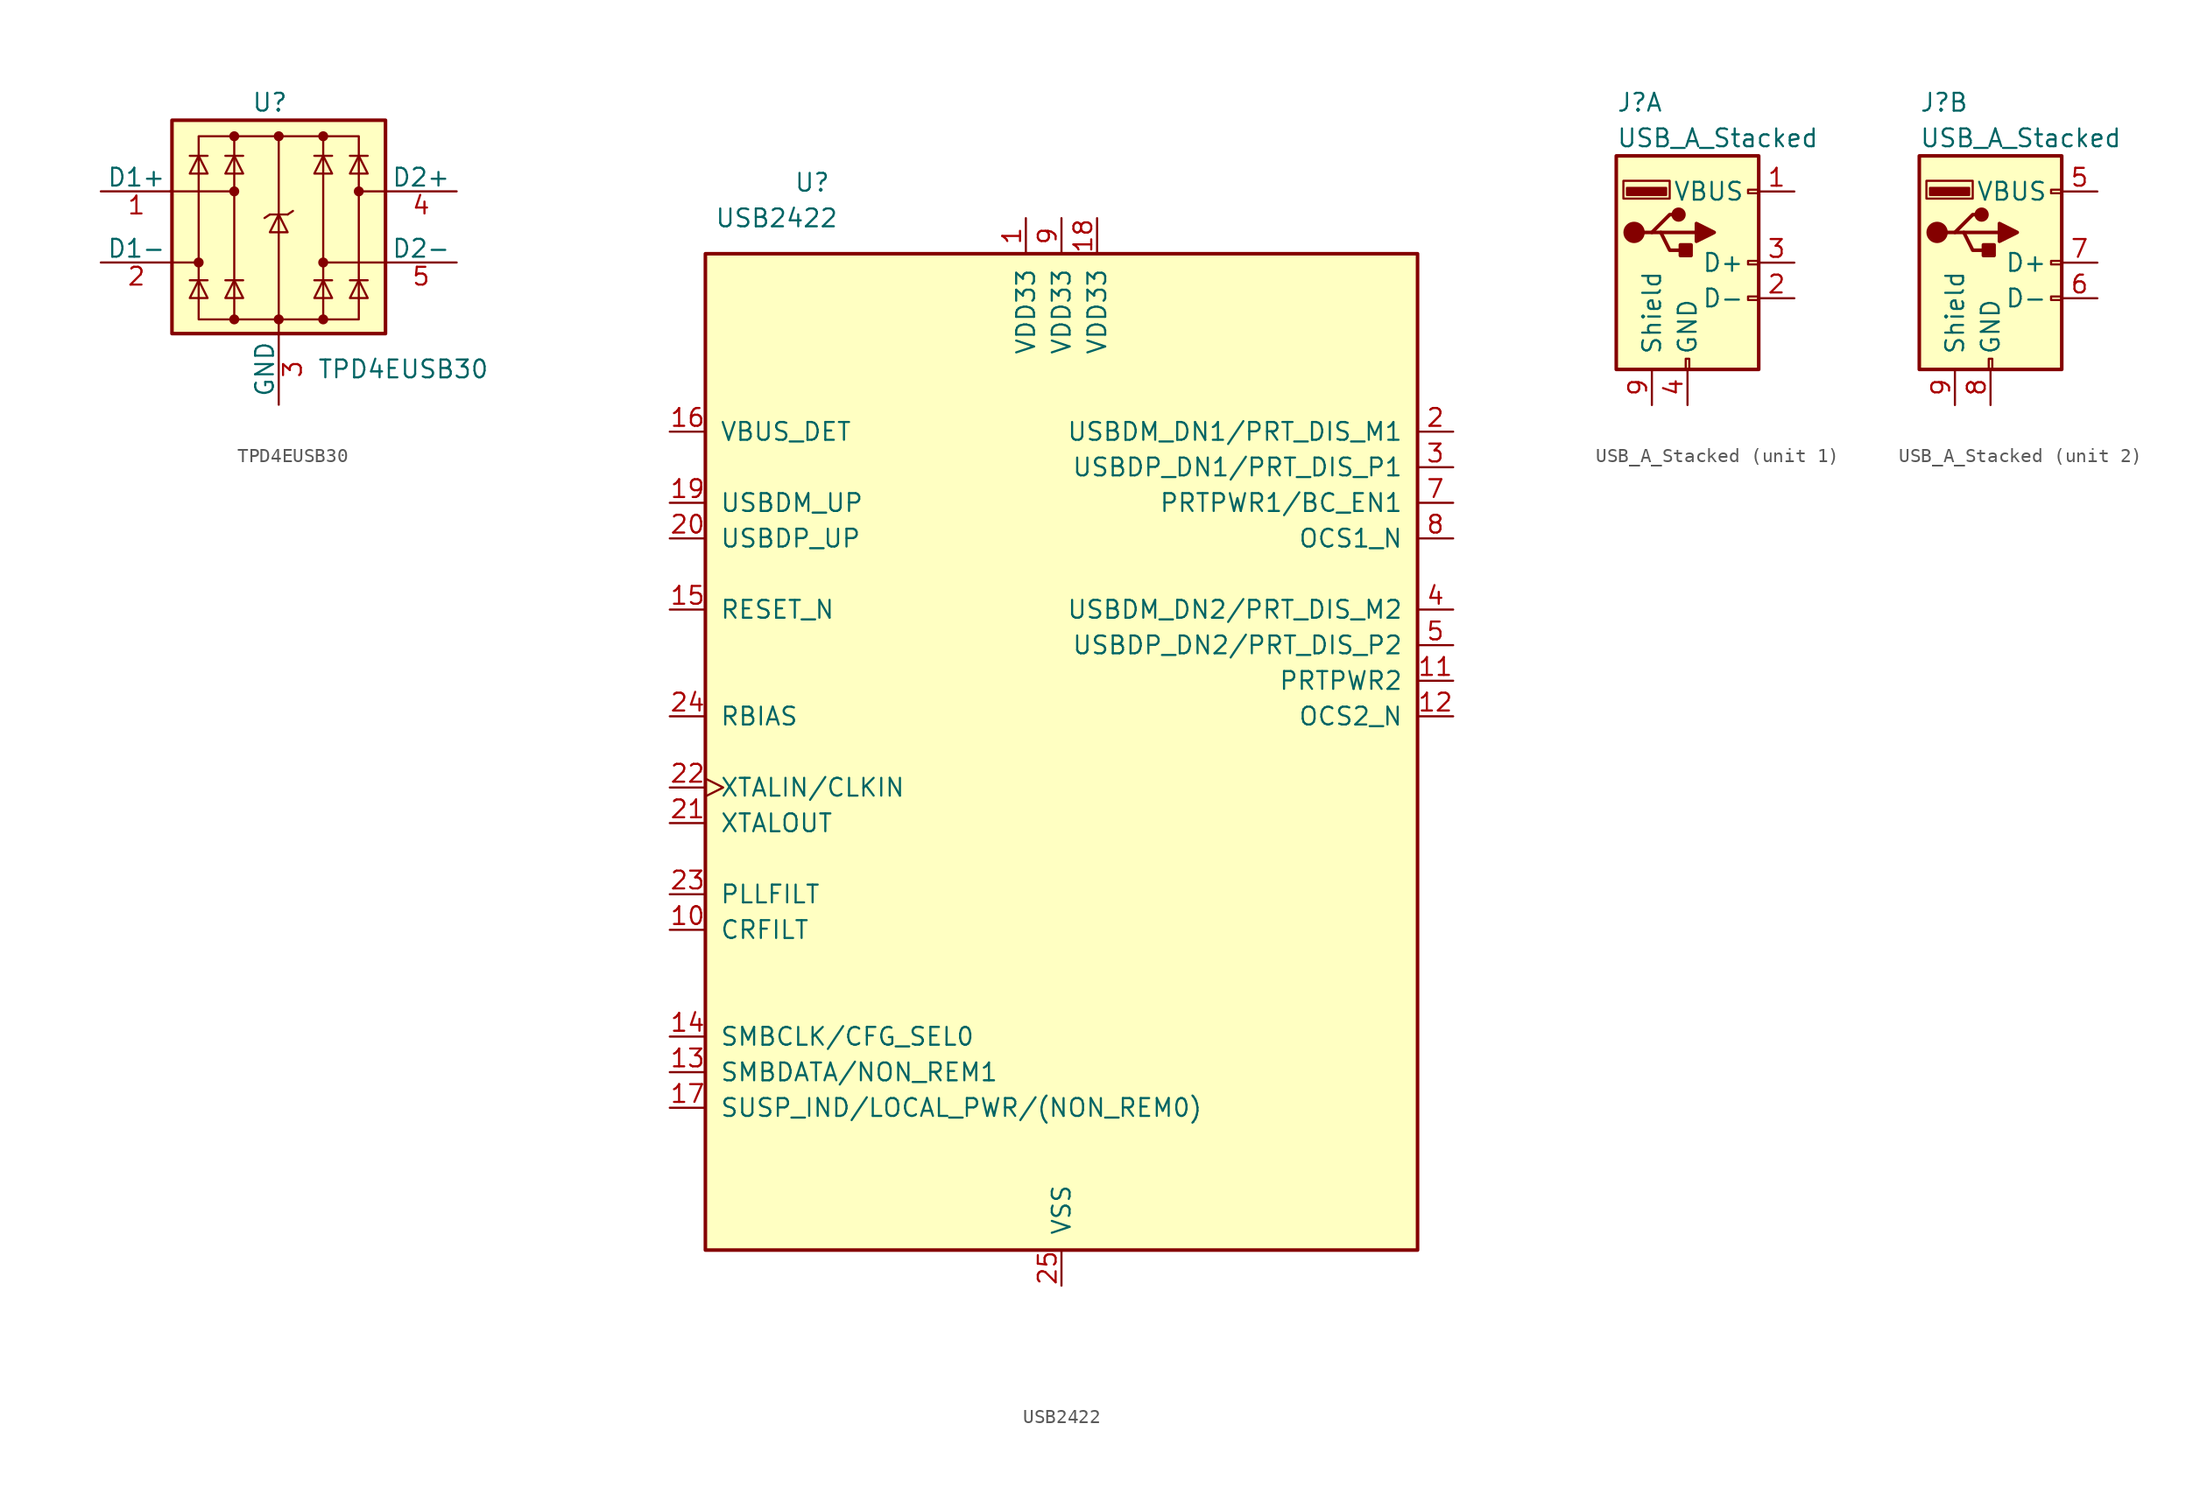
<source format=kicad_sym>
(kicad_symbol_lib
  (version 20231120)
  (generator "kicad_symbol_editor")
  (generator_version "8.0")
  (symbol "TPD4EUSB30"
    (pin_names
      (offset 0))
    (property "Reference" "U"
      (at -0.635 8.89 0)
      (effects (font (size 1.27 1.27))))
    (property "Value" "TPD4EUSB30"
      (at 8.89 -10.16 0)
      (effects (font (size 1.27 1.27))))
    (symbol "TPD4EUSB30_0_0"
      (rectangle (start -5.715 6.477) (end 5.715 -6.604) (stroke (width 0) (type default)) (fill (type none)))
      (polyline (pts (xy -3.175 -6.604) (xy -3.175 6.477)) (stroke (width 0) (type default)) (fill (type none)))
      (polyline (pts (xy 0 6.477) (xy 0 -6.604)) (stroke (width 0) (type default)) (fill (type none)))
      (polyline (pts (xy 3.175 6.477) (xy 3.175 -6.604)) (stroke (width 0) (type default)) (fill (type none))))
    (symbol "TPD4EUSB30_0_1"
      (rectangle (start -7.62 7.62) (end 7.62 -7.62) (stroke (width 0.254) (type default)) (fill (type background)))
      (circle (center -5.715 -2.54) (radius 0.279) (stroke (width 0) (type default)) (fill (type outline)))
      (circle (center -3.175 -6.604) (radius 0.279) (stroke (width 0) (type default)) (fill (type outline)))
      (circle (center -3.175 2.54) (radius 0.279) (stroke (width 0) (type default)) (fill (type outline)))
      (circle (center -3.175 6.477) (radius 0.279) (stroke (width 0) (type default)) (fill (type outline)))
      (circle (center 0 -6.604) (radius 0.279) (stroke (width 0) (type default)) (fill (type outline)))
      (polyline (pts (xy -7.747 2.54) (xy -3.175 2.54)) (stroke (width 0) (type default)) (fill (type none)))
      (polyline (pts (xy -7.62 -2.54) (xy -5.715 -2.54)) (stroke (width 0) (type default)) (fill (type none)))
      (polyline (pts (xy -5.08 -3.81) (xy -6.35 -3.81)) (stroke (width 0) (type default)) (fill (type none)))
      (polyline (pts (xy -5.08 5.08) (xy -6.35 5.08)) (stroke (width 0) (type default)) (fill (type none)))
      (polyline (pts (xy -2.54 -3.81) (xy -3.81 -3.81)) (stroke (width 0) (type default)) (fill (type none)))
      (polyline (pts (xy -2.54 5.08) (xy -3.81 5.08)) (stroke (width 0) (type default)) (fill (type none)))
      (polyline (pts (xy -0.635 0.889) (xy -1.016 0.635)) (stroke (width 0) (type default)) (fill (type none)))
      (polyline (pts (xy 0 -6.604) (xy 0 -7.62)) (stroke (width 0) (type default)) (fill (type none)))
      (polyline (pts (xy 0.635 0.889) (xy -0.635 0.889)) (stroke (width 0) (type default)) (fill (type none)))
      (polyline (pts (xy 0.635 0.889) (xy 1.016 1.143)) (stroke (width 0) (type default)) (fill (type none)))
      (polyline (pts (xy 3.81 -3.81) (xy 2.54 -3.81)) (stroke (width 0) (type default)) (fill (type none)))
      (polyline (pts (xy 3.81 5.08) (xy 2.54 5.08)) (stroke (width 0) (type default)) (fill (type none)))
      (polyline (pts (xy 6.35 -3.81) (xy 5.08 -3.81)) (stroke (width 0) (type default)) (fill (type none)))
      (polyline (pts (xy 6.35 5.08) (xy 5.08 5.08)) (stroke (width 0) (type default)) (fill (type none)))
      (polyline (pts (xy 7.62 -2.54) (xy 3.175 -2.54)) (stroke (width 0) (type default)) (fill (type none)))
      (polyline (pts (xy 7.62 2.54) (xy 5.715 2.54)) (stroke (width 0) (type default)) (fill (type none)))
      (polyline (pts (xy -5.08 -5.08) (xy -6.35 -5.08) (xy -5.715 -3.81) (xy -5.08 -5.08)) (stroke (width 0) (type default)) (fill (type none)))
      (polyline (pts (xy -5.08 3.81) (xy -6.35 3.81) (xy -5.715 5.08) (xy -5.08 3.81)) (stroke (width 0) (type default)) (fill (type none)))
      (polyline (pts (xy -2.54 -5.08) (xy -3.81 -5.08) (xy -3.175 -3.81) (xy -2.54 -5.08)) (stroke (width 0) (type default)) (fill (type none)))
      (polyline (pts (xy -2.54 3.81) (xy -3.81 3.81) (xy -3.175 5.08) (xy -2.54 3.81)) (stroke (width 0) (type default)) (fill (type none)))
      (polyline (pts (xy 0.635 -0.381) (xy -0.635 -0.381) (xy 0 0.889) (xy 0.635 -0.381)) (stroke (width 0) (type default)) (fill (type none)))
      (polyline (pts (xy 3.81 -5.08) (xy 2.54 -5.08) (xy 3.175 -3.81) (xy 3.81 -5.08)) (stroke (width 0) (type default)) (fill (type none)))
      (polyline (pts (xy 3.81 3.81) (xy 2.54 3.81) (xy 3.175 5.08) (xy 3.81 3.81)) (stroke (width 0) (type default)) (fill (type none)))
      (polyline (pts (xy 6.35 -5.08) (xy 5.08 -5.08) (xy 5.715 -3.81) (xy 6.35 -5.08)) (stroke (width 0) (type default)) (fill (type none)))
      (polyline (pts (xy 6.35 3.81) (xy 5.08 3.81) (xy 5.715 5.08) (xy 6.35 3.81)) (stroke (width 0) (type default)) (fill (type none)))
      (circle (center 0 6.477) (radius 0.279) (stroke (width 0) (type default)) (fill (type outline)))
      (circle (center 3.175 -6.604) (radius 0.279) (stroke (width 0) (type default)) (fill (type outline)))
      (circle (center 3.175 -2.54) (radius 0.279) (stroke (width 0) (type default)) (fill (type outline)))
      (circle (center 3.175 6.477) (radius 0.279) (stroke (width 0) (type default)) (fill (type outline)))
      (circle (center 5.715 2.54) (radius 0.279) (stroke (width 0) (type default)) (fill (type outline))))
    (symbol "TPD4EUSB30_1_1"
      (pin passive line (at -12.7 2.54 0) (length 5.08) (name "D1+" (effects (font (size 1.27 1.27)))) (number "1" (effects (font (size 1.27 1.27)))))
      (pin passive line (at -12.7 2.54 0) (length 5.08) hide (name "D1+" (effects (font (size 1.27 1.27)))) (number "10" (effects (font (size 1.27 1.27)))))
      (pin passive line (at -12.7 -2.54 0) (length 5.08) (name "D1-" (effects (font (size 1.27 1.27)))) (number "2" (effects (font (size 1.27 1.27)))))
      (pin power_in line (at 0 -12.7 90) (length 5.08) (name "GND" (effects (font (size 1.27 1.27)))) (number "3" (effects (font (size 1.27 1.27)))))
      (pin passive line (at 12.7 2.54 180) (length 5.08) (name "D2+" (effects (font (size 1.27 1.27)))) (number "4" (effects (font (size 1.27 1.27)))))
      (pin passive line (at 12.7 -2.54 180) (length 5.08) (name "D2-" (effects (font (size 1.27 1.27)))) (number "5" (effects (font (size 1.27 1.27)))))
      (pin passive line (at 12.7 -2.54 180) (length 5.08) hide (name "D2-" (effects (font (size 1.27 1.27)))) (number "6" (effects (font (size 1.27 1.27)))))
      (pin passive line (at 12.7 2.54 180) (length 5.08) hide (name "D2+" (effects (font (size 1.27 1.27)))) (number "7" (effects (font (size 1.27 1.27)))))
      (pin passive line (at 0 -12.7 90) (length 5.08) hide (name "GND" (effects (font (size 1.27 1.27)))) (number "8" (effects (font (size 1.27 1.27)))))
      (pin passive line (at -12.7 -2.54 0) (length 5.08) hide (name "D1-" (effects (font (size 1.27 1.27)))) (number "9" (effects (font (size 1.27 1.27)))))))
  (symbol "USB2422"
    (pin_names
      (offset 1.016))
    (property "Reference" "U"
      (at -17.78 40.64 0)
      (effects (font (size 1.27 1.27))))
    (property "Value" "USB2422"
      (at -20.32 38.1 0)
      (effects (font (size 1.27 1.27))))
    (symbol "USB2422_0_1"
      (rectangle (start -25.4 35.56) (end 25.4 -35.56) (stroke (width 0.254) (type default)) (fill (type background))))
    (symbol "USB2422_1_1"
      (pin power_in line (at -2.54 38.1 270) (length 2.54) (name "VDD33" (effects (font (size 1.27 1.27)))) (number "1" (effects (font (size 1.27 1.27)))))
      (pin input line (at -27.94 -12.7 0) (length 2.54) (name "CRFILT" (effects (font (size 1.27 1.27)))) (number "10" (effects (font (size 1.27 1.27)))))
      (pin bidirectional line (at 27.94 5.08 180) (length 2.54) (name "PRTPWR2" (effects (font (size 1.27 1.27)))) (number "11" (effects (font (size 1.27 1.27)))))
      (pin input line (at 27.94 2.54 180) (length 2.54) (name "OCS2_N" (effects (font (size 1.27 1.27)))) (number "12" (effects (font (size 1.27 1.27)))))
      (pin bidirectional line (at -27.94 -22.86 0) (length 2.54) (name "SMBDATA/NON_REM1" (effects (font (size 1.27 1.27)))) (number "13" (effects (font (size 1.27 1.27)))))
      (pin bidirectional line (at -27.94 -20.32 0) (length 2.54) (name "SMBCLK/CFG_SEL0" (effects (font (size 1.27 1.27)))) (number "14" (effects (font (size 1.27 1.27)))))
      (pin input line (at -27.94 10.16 0) (length 2.54) (name "RESET_N" (effects (font (size 1.27 1.27)))) (number "15" (effects (font (size 1.27 1.27)))))
      (pin input line (at -27.94 22.86 0) (length 2.54) (name "VBUS_DET" (effects (font (size 1.27 1.27)))) (number "16" (effects (font (size 1.27 1.27)))))
      (pin bidirectional line (at -27.94 -25.4 0) (length 2.54) (name "SUSP_IND/LOCAL_PWR/(NON_REM0)" (effects (font (size 1.27 1.27)))) (number "17" (effects (font (size 1.27 1.27)))))
      (pin power_in line (at 2.54 38.1 270) (length 2.54) (name "VDD33" (effects (font (size 1.27 1.27)))) (number "18" (effects (font (size 1.27 1.27)))))
      (pin bidirectional line (at -27.94 17.78 0) (length 2.54) (name "USBDM_UP" (effects (font (size 1.27 1.27)))) (number "19" (effects (font (size 1.27 1.27)))))
      (pin bidirectional line (at 27.94 22.86 180) (length 2.54) (name "USBDM_DN1/PRT_DIS_M1" (effects (font (size 1.27 1.27)))) (number "2" (effects (font (size 1.27 1.27)))))
      (pin bidirectional line (at -27.94 15.24 0) (length 2.54) (name "USBDP_UP" (effects (font (size 1.27 1.27)))) (number "20" (effects (font (size 1.27 1.27)))))
      (pin output line (at -27.94 -5.08 0) (length 2.54) (name "XTALOUT" (effects (font (size 1.27 1.27)))) (number "21" (effects (font (size 1.27 1.27)))))
      (pin input clock (at -27.94 -2.54 0) (length 2.54) (name "XTALIN/CLKIN" (effects (font (size 1.27 1.27)))) (number "22" (effects (font (size 1.27 1.27)))))
      (pin input line (at -27.94 -10.16 0) (length 2.54) (name "PLLFILT" (effects (font (size 1.27 1.27)))) (number "23" (effects (font (size 1.27 1.27)))))
      (pin input line (at -27.94 2.54 0) (length 2.54) (name "RBIAS" (effects (font (size 1.27 1.27)))) (number "24" (effects (font (size 1.27 1.27)))))
      (pin power_in line (at 0 -38.1 90) (length 2.54) (name "VSS" (effects (font (size 1.27 1.27)))) (number "25" (effects (font (size 1.27 1.27)))))
      (pin bidirectional line (at 27.94 20.32 180) (length 2.54) (name "USBDP_DN1/PRT_DIS_P1" (effects (font (size 1.27 1.27)))) (number "3" (effects (font (size 1.27 1.27)))))
      (pin bidirectional line (at 27.94 10.16 180) (length 2.54) (name "USBDM_DN2/PRT_DIS_M2" (effects (font (size 1.27 1.27)))) (number "4" (effects (font (size 1.27 1.27)))))
      (pin bidirectional line (at 27.94 7.62 180) (length 2.54) (name "USBDP_DN2/PRT_DIS_P2" (effects (font (size 1.27 1.27)))) (number "5" (effects (font (size 1.27 1.27)))))
      (pin bidirectional line (at 27.94 17.78 180) (length 2.54) (name "PRTPWR1/BC_EN1" (effects (font (size 1.27 1.27)))) (number "7" (effects (font (size 1.27 1.27)))))
      (pin input line (at 27.94 15.24 180) (length 2.54) (name "OCS1_N" (effects (font (size 1.27 1.27)))) (number "8" (effects (font (size 1.27 1.27)))))
      (pin power_in line (at 0 38.1 270) (length 2.54) (name "VDD33" (effects (font (size 1.27 1.27)))) (number "9" (effects (font (size 1.27 1.27)))))))
  (symbol "USB_A_Stacked"
    (pin_names
      (offset 1.016))
    (property "Reference" "J"
      (at -5.08 11.43 0)
      (effects (font (size 1.27 1.27)) (justify left)))
    (property "Value" "USB_A_Stacked"
      (at -5.08 8.89 0)
      (effects (font (size 1.27 1.27)) (justify left)))
    (symbol "USB_A_Stacked_0_1"
      (rectangle (start -5.08 -7.62) (end 5.08 7.62) (stroke (width 0.254) (type default)) (fill (type background)))
      (circle (center -3.81 2.159) (radius 0.635) (stroke (width 0.254) (type default)) (fill (type outline)))
      (rectangle (start -1.524 4.826) (end -4.318 5.334) (stroke (width 0) (type default)) (fill (type outline)))
      (rectangle (start -1.27 4.572) (end -4.572 5.842) (stroke (width 0) (type default)) (fill (type none)))
      (circle (center -0.635 3.429) (radius 0.381) (stroke (width 0.254) (type default)) (fill (type outline)))
      (rectangle (start -0.127 -7.62) (end 0.127 -6.858) (stroke (width 0) (type default)) (fill (type none)))
      (polyline (pts (xy -3.175 2.159) (xy -2.54 2.159) (xy -1.27 3.429) (xy -0.635 3.429)) (stroke (width 0.254) (type default)) (fill (type none)))
      (polyline (pts (xy -2.54 2.159) (xy -1.905 2.159) (xy -1.27 0.889) (xy 0 0.889)) (stroke (width 0.254) (type default)) (fill (type none)))
      (polyline (pts (xy 0.635 2.794) (xy 0.635 1.524) (xy 1.905 2.159) (xy 0.635 2.794)) (stroke (width 0.254) (type default)) (fill (type outline)))
      (rectangle (start 0.254 1.27) (end -0.508 0.508) (stroke (width 0.254) (type default)) (fill (type outline)))
      (rectangle (start 5.08 -2.667) (end 4.318 -2.413) (stroke (width 0) (type default)) (fill (type none)))
      (rectangle (start 5.08 -0.127) (end 4.318 0.127) (stroke (width 0) (type default)) (fill (type none)))
      (rectangle (start 5.08 4.953) (end 4.318 5.207) (stroke (width 0) (type default)) (fill (type none))))
    (symbol "USB_A_Stacked_1_1"
      (polyline (pts (xy -1.905 2.159) (xy 0.635 2.159)) (stroke (width 0.254) (type default)) (fill (type none)))
      (pin power_in line (at 7.62 5.08 180) (length 2.54) (name "VBUS" (effects (font (size 1.27 1.27)))) (number "1" (effects (font (size 1.27 1.27)))))
      (pin bidirectional line (at 7.62 -2.54 180) (length 2.54) (name "D-" (effects (font (size 1.27 1.27)))) (number "2" (effects (font (size 1.27 1.27)))))
      (pin bidirectional line (at 7.62 0 180) (length 2.54) (name "D+" (effects (font (size 1.27 1.27)))) (number "3" (effects (font (size 1.27 1.27)))))
      (pin power_in line (at 0 -10.16 90) (length 2.54) (name "GND" (effects (font (size 1.27 1.27)))) (number "4" (effects (font (size 1.27 1.27)))))
      (pin passive line (at -2.54 -10.16 90) (length 2.54) (name "Shield" (effects (font (size 1.27 1.27)))) (number "9" (effects (font (size 1.27 1.27))))))
    (symbol "USB_A_Stacked_2_1"
      (polyline (pts (xy -1.905 2.159) (xy 0.635 2.159)) (stroke (width 0.254) (type default)) (fill (type none)))
      (pin power_in line (at 7.62 5.08 180) (length 2.54) (name "VBUS" (effects (font (size 1.27 1.27)))) (number "5" (effects (font (size 1.27 1.27)))))
      (pin bidirectional line (at 7.62 -2.54 180) (length 2.54) (name "D-" (effects (font (size 1.27 1.27)))) (number "6" (effects (font (size 1.27 1.27)))))
      (pin bidirectional line (at 7.62 0 180) (length 2.54) (name "D+" (effects (font (size 1.27 1.27)))) (number "7" (effects (font (size 1.27 1.27)))))
      (pin power_in line (at 0 -10.16 90) (length 2.54) (name "GND" (effects (font (size 1.27 1.27)))) (number "8" (effects (font (size 1.27 1.27)))))
      (pin passive line (at -2.54 -10.16 90) (length 2.54) (name "Shield" (effects (font (size 1.27 1.27)))) (number "9" (effects (font (size 1.27 1.27))))))))
</source>
